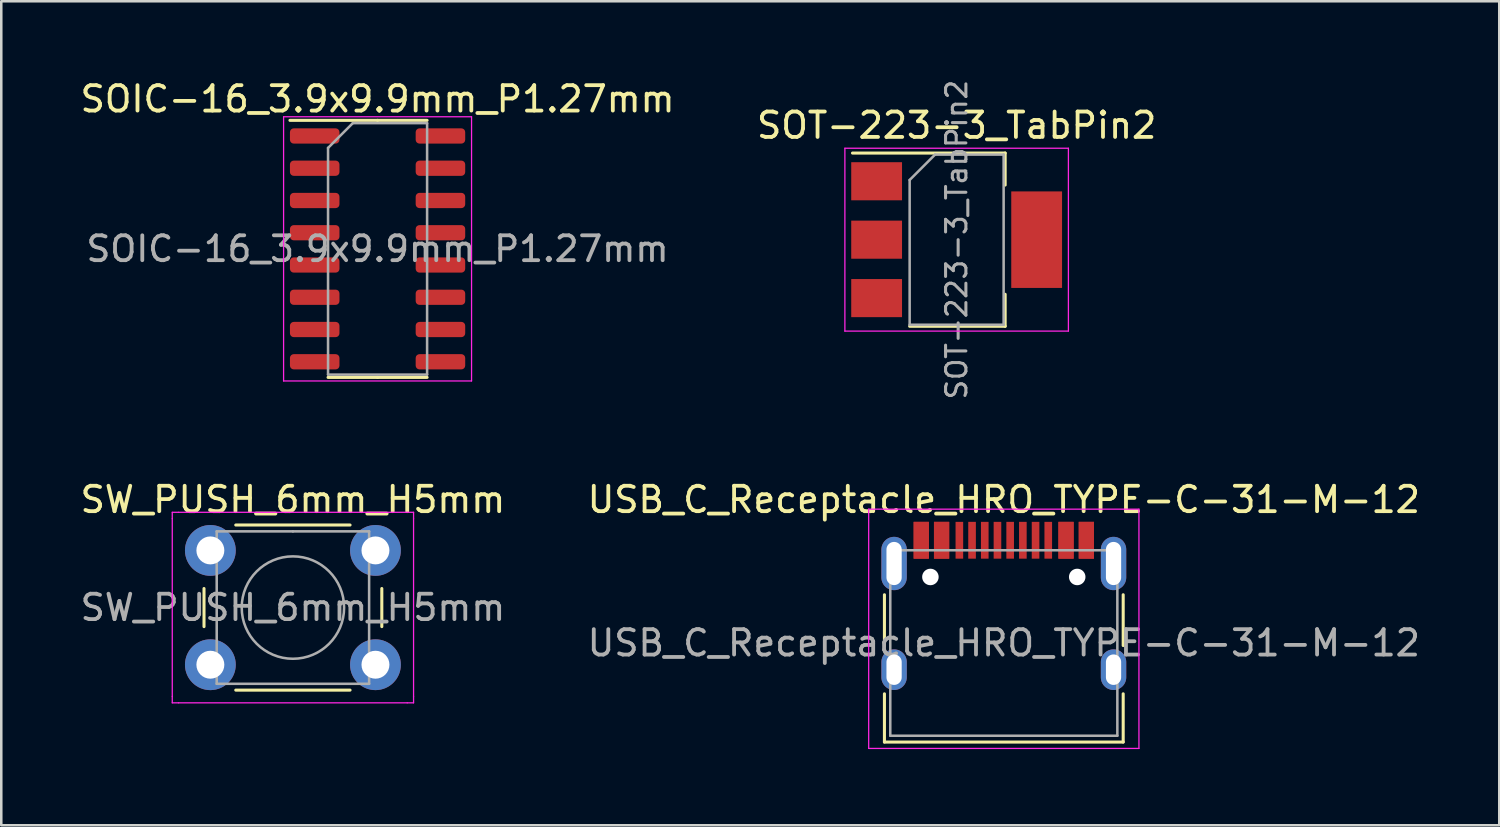
<source format=kicad_pcb>
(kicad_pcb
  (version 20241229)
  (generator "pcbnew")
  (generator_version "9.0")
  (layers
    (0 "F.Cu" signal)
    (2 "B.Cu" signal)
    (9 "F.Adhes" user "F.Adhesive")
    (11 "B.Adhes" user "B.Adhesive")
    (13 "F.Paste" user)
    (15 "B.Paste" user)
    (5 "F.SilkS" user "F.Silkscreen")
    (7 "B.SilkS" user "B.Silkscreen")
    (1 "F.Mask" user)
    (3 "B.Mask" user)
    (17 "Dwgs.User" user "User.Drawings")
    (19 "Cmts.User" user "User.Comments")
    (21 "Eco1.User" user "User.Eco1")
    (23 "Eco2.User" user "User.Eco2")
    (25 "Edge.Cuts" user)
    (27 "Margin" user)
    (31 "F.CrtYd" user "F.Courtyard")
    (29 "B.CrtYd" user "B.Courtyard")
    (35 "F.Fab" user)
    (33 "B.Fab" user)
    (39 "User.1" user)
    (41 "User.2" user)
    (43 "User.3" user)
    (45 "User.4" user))
  (footprint "USB_C_Receptacle_HRO_TYPE-C-31-M-12"
    (layer "F.Cu")
    (at 36.47 22.265)
    (property "Reference" "USB_C_Receptacle_HRO_TYPE-C-31-M-12" (at 0 -5.645 0) (layer "F.SilkS") (effects (font (size 1 1) (thickness 0.15))))
    (attr smd)
    (fp_line (start -4.7 -1.9) (end -4.7 0.1) (stroke (width 0.12) (type solid)) (layer "F.SilkS"))
    (fp_line (start -4.7 2) (end -4.7 3.9) (stroke (width 0.12) (type solid)) (layer "F.SilkS"))
    (fp_line (start -4.7 3.9) (end 4.7 3.9) (stroke (width 0.12) (type solid)) (layer "F.SilkS"))
    (fp_line (start 4.7 -1.9) (end 4.7 0.1) (stroke (width 0.12) (type solid)) (layer "F.SilkS"))
    (fp_line (start 4.7 2) (end 4.7 3.9) (stroke (width 0.12) (type solid)) (layer "F.SilkS"))
    (fp_line (start -5.32 -5.27) (end -5.32 4.15) (stroke (width 0.05) (type solid)) (layer "F.CrtYd"))
    (fp_line (start -5.32 -5.27) (end 5.32 -5.27) (stroke (width 0.05) (type solid)) (layer "F.CrtYd"))
    (fp_line (start -5.32 4.15) (end 5.32 4.15) (stroke (width 0.05) (type solid)) (layer "F.CrtYd"))
    (fp_line (start 5.32 -5.27) (end 5.32 4.15) (stroke (width 0.05) (type solid)) (layer "F.CrtYd"))
    (fp_line (start -4.47 -3.65) (end -4.47 3.65) (stroke (width 0.1) (type solid)) (layer "F.Fab"))
    (fp_line (start -4.47 -3.65) (end 4.47 -3.65) (stroke (width 0.1) (type solid)) (layer "F.Fab"))
    (fp_line (start -4.47 3.65) (end 4.47 3.65) (stroke (width 0.1) (type solid)) (layer "F.Fab"))
    (fp_line (start 4.47 -3.65) (end 4.47 3.65) (stroke (width 0.1) (type solid)) (layer "F.Fab"))
    (fp_text user "${REFERENCE}" (at 0 0 0) (layer "F.Fab") (effects (font (size 1 1) (thickness 0.15))))
    (pad "" np_thru_hole circle (at -2.89 -2.6 180) (size 0.65 0.65) (drill 0.65) (layers "*.Cu" "*.Mask"))
    (pad "" np_thru_hole circle (at 2.89 -2.6 180) (size 0.65 0.65) (drill 0.65) (layers "*.Cu" "*.Mask"))
    (pad "A1" smd rect (at -3.25 -4.045 180) (size 0.6 1.45) (layers "F.Cu" "F.Mask" "F.Paste"))
    (pad "A4" smd rect (at -2.45 -4.045 180) (size 0.6 1.45) (layers "F.Cu" "F.Mask" "F.Paste"))
    (pad "A5" smd rect (at -1.25 -4.045 180) (size 0.3 1.45) (layers "F.Cu" "F.Mask" "F.Paste"))
    (pad "A6" smd rect (at -0.25 -4.045 180) (size 0.3 1.45) (layers "F.Cu" "F.Mask" "F.Paste"))
    (pad "A7" smd rect (at 0.25 -4.045 180) (size 0.3 1.45) (layers "F.Cu" "F.Mask" "F.Paste"))
    (pad "A8" smd rect (at 1.25 -4.045 180) (size 0.3 1.45) (layers "F.Cu" "F.Mask" "F.Paste"))
    (pad "A9" smd rect (at 2.45 -4.045 180) (size 0.6 1.45) (layers "F.Cu" "F.Mask" "F.Paste"))
    (pad "A12" smd rect (at 3.25 -4.045 180) (size 0.6 1.45) (layers "F.Cu" "F.Mask" "F.Paste"))
    (pad "B1" smd rect (at 3.25 -4.045 180) (size 0.6 1.45) (layers "F.Cu" "F.Mask" "F.Paste"))
    (pad "B4" smd rect (at 2.45 -4.045 180) (size 0.6 1.45) (layers "F.Cu" "F.Mask" "F.Paste"))
    (pad "B5" smd rect (at 1.75 -4.045 180) (size 0.3 1.45) (layers "F.Cu" "F.Mask" "F.Paste"))
    (pad "B6" smd rect (at 0.75 -4.045 180) (size 0.3 1.45) (layers "F.Cu" "F.Mask" "F.Paste"))
    (pad "B7" smd rect (at -0.75 -4.045 180) (size 0.3 1.45) (layers "F.Cu" "F.Mask" "F.Paste"))
    (pad "B8" smd rect (at -1.75 -4.045 180) (size 0.3 1.45) (layers "F.Cu" "F.Mask" "F.Paste"))
    (pad "B9" smd rect (at -2.45 -4.045 180) (size 0.6 1.45) (layers "F.Cu" "F.Mask" "F.Paste"))
    (pad "B12" smd rect (at -3.25 -4.045 180) (size 0.6 1.45) (layers "F.Cu" "F.Mask" "F.Paste"))
    (pad "S1" thru_hole oval (at -4.32 -3.13 180) (size 1 2.1) (drill oval 0.6 1.7) (layers "*.Cu" "*.Mask"))
    (pad "S1" thru_hole oval (at -4.32 1.05 180) (size 1 1.6) (drill oval 0.6 1.2) (layers "*.Cu" "*.Mask"))
    (pad "S1" thru_hole oval (at 4.32 -3.13 180) (size 1 2.1) (drill oval 0.6 1.7) (layers "*.Cu" "*.Mask"))
    (pad "S1" thru_hole oval (at 4.32 1.05 180) (size 1 1.6) (drill oval 0.6 1.2) (layers "*.Cu" "*.Mask")))
  (footprint "SW_PUSH_6mm_H5mm"
    (layer "F.Cu")
    (at 5.232 18.62)
    (property "Reference" "SW_PUSH_6mm_H5mm" (at 3.25 -2 0) (layer "F.SilkS") (effects (font (size 1 1) (thickness 0.15))))
    (attr through_hole)
    (fp_line (start -0.25 1.5) (end -0.25 3) (stroke (width 0.12) (type solid)) (layer "F.SilkS"))
    (fp_line (start 1 5.5) (end 5.5 5.5) (stroke (width 0.12) (type solid)) (layer "F.SilkS"))
    (fp_line (start 5.5 -1) (end 1 -1) (stroke (width 0.12) (type solid)) (layer "F.SilkS"))
    (fp_line (start 6.75 3) (end 6.75 1.5) (stroke (width 0.12) (type solid)) (layer "F.SilkS"))
    (fp_line (start -1.5 -1.5) (end -1.25 -1.5) (stroke (width 0.05) (type solid)) (layer "F.CrtYd"))
    (fp_line (start -1.5 -1.25) (end -1.5 -1.5) (stroke (width 0.05) (type solid)) (layer "F.CrtYd"))
    (fp_line (start -1.5 5.75) (end -1.5 -1.25) (stroke (width 0.05) (type solid)) (layer "F.CrtYd"))
    (fp_line (start -1.5 5.75) (end -1.5 6) (stroke (width 0.05) (type solid)) (layer "F.CrtYd"))
    (fp_line (start -1.5 6) (end -1.25 6) (stroke (width 0.05) (type solid)) (layer "F.CrtYd"))
    (fp_line (start -1.25 -1.5) (end 7.75 -1.5) (stroke (width 0.05) (type solid)) (layer "F.CrtYd"))
    (fp_line (start 7.75 -1.5) (end 8 -1.5) (stroke (width 0.05) (type solid)) (layer "F.CrtYd"))
    (fp_line (start 7.75 6) (end -1.25 6) (stroke (width 0.05) (type solid)) (layer "F.CrtYd"))
    (fp_line (start 7.75 6) (end 8 6) (stroke (width 0.05) (type solid)) (layer "F.CrtYd"))
    (fp_line (start 8 -1.5) (end 8 -1.25) (stroke (width 0.05) (type solid)) (layer "F.CrtYd"))
    (fp_line (start 8 -1.25) (end 8 5.75) (stroke (width 0.05) (type solid)) (layer "F.CrtYd"))
    (fp_line (start 8 6) (end 8 5.75) (stroke (width 0.05) (type solid)) (layer "F.CrtYd"))
    (fp_line (start 0.25 -0.75) (end 3.25 -0.75) (stroke (width 0.1) (type solid)) (layer "F.Fab"))
    (fp_line (start 0.25 5.25) (end 0.25 -0.75) (stroke (width 0.1) (type solid)) (layer "F.Fab"))
    (fp_line (start 3.25 -0.75) (end 6.25 -0.75) (stroke (width 0.1) (type solid)) (layer "F.Fab"))
    (fp_line (start 6.25 -0.75) (end 6.25 5.25) (stroke (width 0.1) (type solid)) (layer "F.Fab"))
    (fp_line (start 6.25 5.25) (end 0.25 5.25) (stroke (width 0.1) (type solid)) (layer "F.Fab"))
    (fp_circle (center 3.25 2.25) (end 1.25 2.5) (stroke (width 0.1) (type solid)) (fill no) (layer "F.Fab"))
    (fp_text user "${REFERENCE}" (at 3.25 2.25 0) (layer "F.Fab") (effects (font (size 1 1) (thickness 0.15))))
    (pad "1" thru_hole circle (at 0 0 90) (size 2 2) (drill 1.1) (layers "*.Cu" "*.Mask"))
    (pad "1" thru_hole circle (at 6.5 0 90) (size 2 2) (drill 1.1) (layers "*.Cu" "*.Mask"))
    (pad "2" thru_hole circle (at 0 4.5 90) (size 2 2) (drill 1.1) (layers "*.Cu" "*.Mask"))
    (pad "2" thru_hole circle (at 6.5 4.5 90) (size 2 2) (drill 1.1) (layers "*.Cu" "*.Mask")))
  (footprint "SOIC-16_3.9x9.9mm_P1.27mm"
    (layer "F.Cu")
    (at 11.815 6.748)
    (property "Reference" "SOIC-16_3.9x9.9mm_P1.27mm" (at 0 -5.9 0) (layer "F.SilkS") (effects (font (size 1 1) (thickness 0.15))))
    (attr smd)
    (fp_line (start 0 -5.06) (end -3.45 -5.06) (stroke (width 0.12) (type solid)) (layer "F.SilkS"))
    (fp_line (start 0 -5.06) (end 1.95 -5.06) (stroke (width 0.12) (type solid)) (layer "F.SilkS"))
    (fp_line (start 0 5.06) (end -1.95 5.06) (stroke (width 0.12) (type solid)) (layer "F.SilkS"))
    (fp_line (start 0 5.06) (end 1.95 5.06) (stroke (width 0.12) (type solid)) (layer "F.SilkS"))
    (fp_line (start -3.7 -5.2) (end -3.7 5.2) (stroke (width 0.05) (type solid)) (layer "F.CrtYd"))
    (fp_line (start -3.7 5.2) (end 3.7 5.2) (stroke (width 0.05) (type solid)) (layer "F.CrtYd"))
    (fp_line (start 3.7 -5.2) (end -3.7 -5.2) (stroke (width 0.05) (type solid)) (layer "F.CrtYd"))
    (fp_line (start 3.7 5.2) (end 3.7 -5.2) (stroke (width 0.05) (type solid)) (layer "F.CrtYd"))
    (fp_line (start -1.95 -3.975) (end -0.975 -4.95) (stroke (width 0.1) (type solid)) (layer "F.Fab"))
    (fp_line (start -1.95 4.95) (end -1.95 -3.975) (stroke (width 0.1) (type solid)) (layer "F.Fab"))
    (fp_line (start -0.975 -4.95) (end 1.95 -4.95) (stroke (width 0.1) (type solid)) (layer "F.Fab"))
    (fp_line (start 1.95 -4.95) (end 1.95 4.95) (stroke (width 0.1) (type solid)) (layer "F.Fab"))
    (fp_line (start 1.95 4.95) (end -1.95 4.95) (stroke (width 0.1) (type solid)) (layer "F.Fab"))
    (fp_text user "${REFERENCE}" (at 0 0 0) (layer "F.Fab") (effects (font (size 0.98 0.98) (thickness 0.15))))
    (pad "1" smd roundrect (at -2.475 -4.445) (size 1.95 0.6) (layers "F.Cu" "F.Mask" "F.Paste") (roundrect_rratio 0.25))
    (pad "2" smd roundrect (at -2.475 -3.175) (size 1.95 0.6) (layers "F.Cu" "F.Mask" "F.Paste") (roundrect_rratio 0.25))
    (pad "3" smd roundrect (at -2.475 -1.905) (size 1.95 0.6) (layers "F.Cu" "F.Mask" "F.Paste") (roundrect_rratio 0.25))
    (pad "4" smd roundrect (at -2.475 -0.635) (size 1.95 0.6) (layers "F.Cu" "F.Mask" "F.Paste") (roundrect_rratio 0.25))
    (pad "5" smd roundrect (at -2.475 0.635) (size 1.95 0.6) (layers "F.Cu" "F.Mask" "F.Paste") (roundrect_rratio 0.25))
    (pad "6" smd roundrect (at -2.475 1.905) (size 1.95 0.6) (layers "F.Cu" "F.Mask" "F.Paste") (roundrect_rratio 0.25))
    (pad "7" smd roundrect (at -2.475 3.175) (size 1.95 0.6) (layers "F.Cu" "F.Mask" "F.Paste") (roundrect_rratio 0.25))
    (pad "8" smd roundrect (at -2.475 4.445) (size 1.95 0.6) (layers "F.Cu" "F.Mask" "F.Paste") (roundrect_rratio 0.25))
    (pad "9" smd roundrect (at 2.475 4.445) (size 1.95 0.6) (layers "F.Cu" "F.Mask" "F.Paste") (roundrect_rratio 0.25))
    (pad "10" smd roundrect (at 2.475 3.175) (size 1.95 0.6) (layers "F.Cu" "F.Mask" "F.Paste") (roundrect_rratio 0.25))
    (pad "11" smd roundrect (at 2.475 1.905) (size 1.95 0.6) (layers "F.Cu" "F.Mask" "F.Paste") (roundrect_rratio 0.25))
    (pad "12" smd roundrect (at 2.475 0.635) (size 1.95 0.6) (layers "F.Cu" "F.Mask" "F.Paste") (roundrect_rratio 0.25))
    (pad "13" smd roundrect (at 2.475 -0.635) (size 1.95 0.6) (layers "F.Cu" "F.Mask" "F.Paste") (roundrect_rratio 0.25))
    (pad "14" smd roundrect (at 2.475 -1.905) (size 1.95 0.6) (layers "F.Cu" "F.Mask" "F.Paste") (roundrect_rratio 0.25))
    (pad "15" smd roundrect (at 2.475 -3.175) (size 1.95 0.6) (layers "F.Cu" "F.Mask" "F.Paste") (roundrect_rratio 0.25))
    (pad "16" smd roundrect (at 2.475 -4.445) (size 1.95 0.6) (layers "F.Cu" "F.Mask" "F.Paste") (roundrect_rratio 0.25)))
  (footprint "SOT-223-3_TabPin2"
    (layer "F.Cu")
    (at 34.613 6.386)
    (property "Reference" "SOT-223-3_TabPin2" (at 0 -4.5 0) (layer "F.SilkS") (effects (font (size 1 1) (thickness 0.15))))
    (attr smd exclude_from_bom)
    (fp_line (start -4.1 -3.41) (end 1.91 -3.41) (stroke (width 0.12) (type solid)) (layer "F.SilkS"))
    (fp_line (start -1.85 3.41) (end 1.91 3.41) (stroke (width 0.12) (type solid)) (layer "F.SilkS"))
    (fp_line (start 1.91 -3.41) (end 1.91 -2.15) (stroke (width 0.12) (type solid)) (layer "F.SilkS"))
    (fp_line (start 1.91 3.41) (end 1.91 2.15) (stroke (width 0.12) (type solid)) (layer "F.SilkS"))
    (fp_line (start -4.4 -3.6) (end -4.4 3.6) (stroke (width 0.05) (type solid)) (layer "F.CrtYd"))
    (fp_line (start -4.4 3.6) (end 4.4 3.6) (stroke (width 0.05) (type solid)) (layer "F.CrtYd"))
    (fp_line (start 4.4 -3.6) (end -4.4 -3.6) (stroke (width 0.05) (type solid)) (layer "F.CrtYd"))
    (fp_line (start 4.4 3.6) (end 4.4 -3.6) (stroke (width 0.05) (type solid)) (layer "F.CrtYd"))
    (fp_line (start -1.85 -2.35) (end -1.85 3.35) (stroke (width 0.1) (type solid)) (layer "F.Fab"))
    (fp_line (start -1.85 -2.35) (end -0.85 -3.35) (stroke (width 0.1) (type solid)) (layer "F.Fab"))
    (fp_line (start -1.85 3.35) (end 1.85 3.35) (stroke (width 0.1) (type solid)) (layer "F.Fab"))
    (fp_line (start -0.85 -3.35) (end 1.85 -3.35) (stroke (width 0.1) (type solid)) (layer "F.Fab"))
    (fp_line (start 1.85 -3.35) (end 1.85 3.35) (stroke (width 0.1) (type solid)) (layer "F.Fab"))
    (fp_text user "${REFERENCE}" (at 0 0 90) (layer "F.Fab") (effects (font (size 0.8 0.8) (thickness 0.12))))
    (pad "1" smd rect (at -3.15 -2.3) (size 2 1.5) (layers "F.Cu" "F.Mask" "F.Paste"))
    (pad "2" smd rect (at -3.15 0) (size 2 1.5) (layers "F.Cu" "F.Mask" "F.Paste"))
    (pad "2" smd rect (at 3.15 0) (size 2 3.8) (layers "F.Cu" "F.Mask" "F.Paste"))
    (pad "3" smd rect (at -3.15 2.3) (size 2 1.5) (layers "F.Cu" "F.Mask" "F.Paste")))
  (gr_rect
    (start -3 -3)
    (end 55.976 29.44)
    (stroke (width 0.1) (type default))
    (fill no)
    (layer "Edge.Cuts")))
</source>
